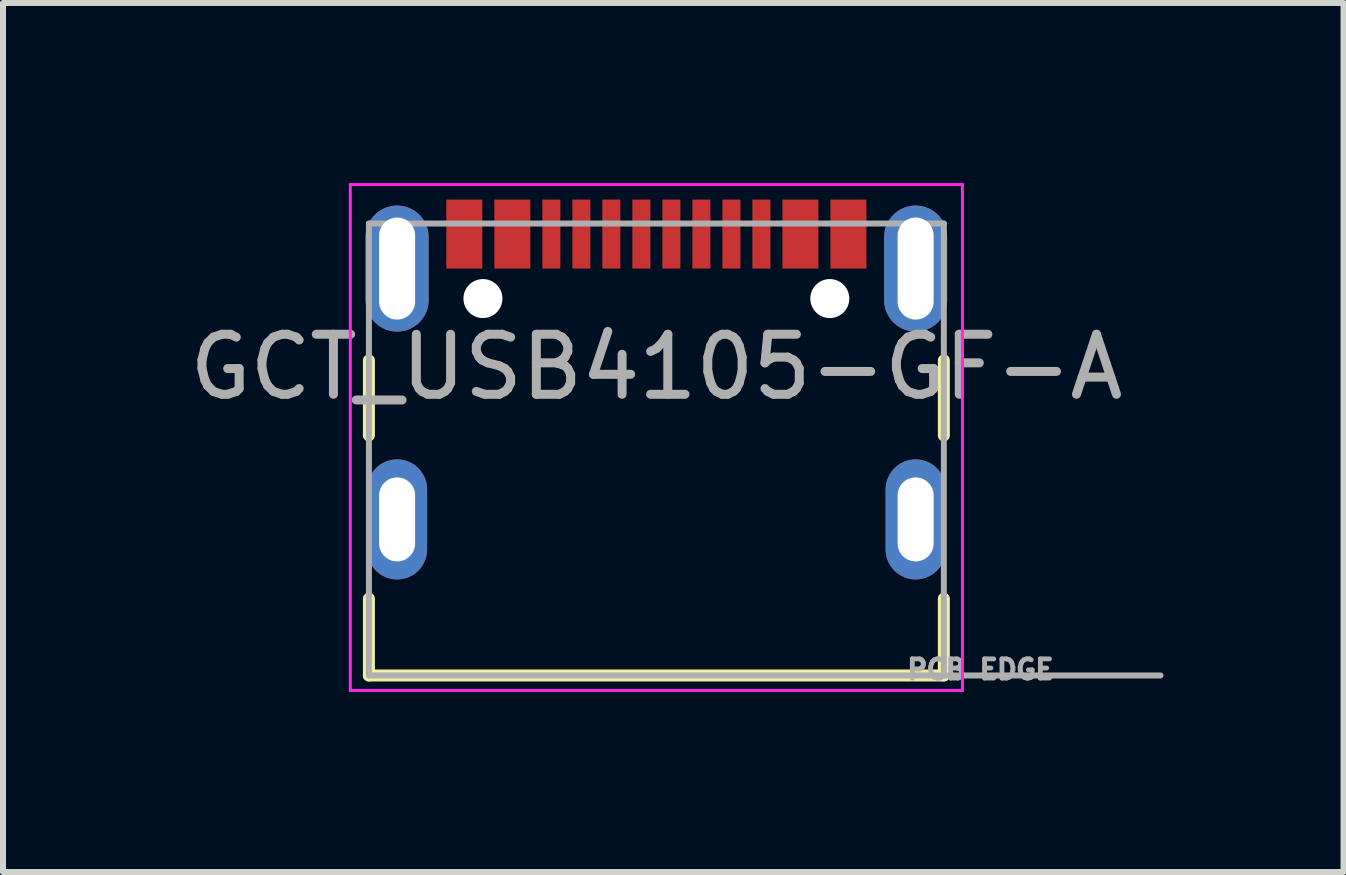
<source format=kicad_pcb>
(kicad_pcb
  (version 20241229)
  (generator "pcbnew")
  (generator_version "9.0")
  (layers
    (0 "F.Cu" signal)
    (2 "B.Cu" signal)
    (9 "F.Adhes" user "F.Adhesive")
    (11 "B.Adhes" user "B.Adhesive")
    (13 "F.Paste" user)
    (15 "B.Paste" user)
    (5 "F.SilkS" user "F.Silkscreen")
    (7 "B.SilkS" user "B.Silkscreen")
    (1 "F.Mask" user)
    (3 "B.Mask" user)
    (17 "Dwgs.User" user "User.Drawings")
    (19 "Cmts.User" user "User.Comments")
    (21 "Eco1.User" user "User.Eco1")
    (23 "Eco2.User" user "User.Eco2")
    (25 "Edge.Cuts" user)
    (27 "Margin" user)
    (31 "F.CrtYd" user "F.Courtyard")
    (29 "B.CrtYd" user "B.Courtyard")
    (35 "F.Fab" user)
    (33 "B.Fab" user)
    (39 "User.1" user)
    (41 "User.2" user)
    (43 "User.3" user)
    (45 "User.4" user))
  (footprint "GCT_USB4105-GF-A"
    (layer "F.Cu")
    (at 7.887 5.605)
    (property "Reference" "GCT_USB4105-GF-A" (at 0 -2.54 0) (layer "F.Fab") (effects (font (size 1 1) (thickness 0.15))))
    (attr smd)
    (fp_line (start -4.79 -2.65) (end -4.79 -1.4) (stroke (width 0.2) (type solid)) (layer "F.SilkS"))
    (fp_line (start -4.79 1.32) (end -4.79 2.6) (stroke (width 0.2) (type solid)) (layer "F.SilkS"))
    (fp_line (start -4.79 2.6) (end 4.79 2.6) (stroke (width 0.2) (type solid)) (layer "F.SilkS"))
    (fp_line (start 4.79 -2.65) (end 4.79 -1.4) (stroke (width 0.2) (type solid)) (layer "F.SilkS"))
    (fp_line (start 4.79 2.6) (end 4.79 1.32) (stroke (width 0.2) (type solid)) (layer "F.SilkS"))
    (fp_line (start -5.1 -5.58) (end -5.1 2.85) (stroke (width 0.05) (type solid)) (layer "F.CrtYd"))
    (fp_line (start -5.1 2.85) (end 5.1 2.85) (stroke (width 0.05) (type solid)) (layer "F.CrtYd"))
    (fp_line (start 5.1 -5.58) (end -5.1 -5.58) (stroke (width 0.05) (type solid)) (layer "F.CrtYd"))
    (fp_line (start 5.1 2.85) (end 5.1 -5.58) (stroke (width 0.05) (type solid)) (layer "F.CrtYd"))
    (fp_line (start -4.79 -4.93) (end 4.79 -4.93) (stroke (width 0.1) (type solid)) (layer "F.Fab"))
    (fp_line (start -4.79 2.6) (end -4.79 -4.93) (stroke (width 0.1) (type solid)) (layer "F.Fab"))
    (fp_line (start 4.79 -4.93) (end 4.79 2.6) (stroke (width 0.1) (type solid)) (layer "F.Fab"))
    (fp_line (start 4.79 2.6) (end -4.79 2.6) (stroke (width 0.1) (type solid)) (layer "F.Fab"))
    (fp_line (start 4.8 2.6) (end 8.4 2.6) (stroke (width 0.1) (type solid)) (layer "F.Fab"))
    (fp_text user "PCB EDGE" (at 5.4 2.5 0) (layer "F.Fab") (effects (font (size 0.32 0.32) (thickness 0.08))))
    (pad "" np_thru_hole circle (at -2.89 -3.68) (size 0.65 0.65) (drill 0.65) (layers "*.Cu" "*.Mask"))
    (pad "" np_thru_hole circle (at 2.89 -3.68) (size 0.65 0.65) (drill 0.65) (layers "*.Cu" "*.Mask"))
    (pad "A4" smd rect (at -2.4 -4.755) (size 0.6 1.15) (layers "F.Cu" "F.Mask" "F.Paste"))
    (pad "A5" smd rect (at -1.25 -4.755) (size 0.3 1.15) (layers "F.Cu" "F.Mask" "F.Paste"))
    (pad "A6" smd rect (at -0.25 -4.755) (size 0.3 1.15) (layers "F.Cu" "F.Mask" "F.Paste"))
    (pad "A7" smd rect (at 0.25 -4.755) (size 0.3 1.15) (layers "F.Cu" "F.Mask" "F.Paste"))
    (pad "A8" smd rect (at 1.25 -4.755) (size 0.3 1.15) (layers "F.Cu" "F.Mask" "F.Paste"))
    (pad "A12" smd rect (at 3.2 -4.755) (size 0.6 1.15) (layers "F.Cu" "F.Mask" "F.Paste"))
    (pad "B4" smd rect (at 2.4 -4.755) (size 0.6 1.15) (layers "F.Cu" "F.Mask" "F.Paste"))
    (pad "B5" smd rect (at 1.75 -4.755) (size 0.3 1.15) (layers "F.Cu" "F.Mask" "F.Paste"))
    (pad "B6" smd rect (at 0.75 -4.755) (size 0.3 1.15) (layers "F.Cu" "F.Mask" "F.Paste"))
    (pad "B7" smd rect (at -0.75 -4.755) (size 0.3 1.15) (layers "F.Cu" "F.Mask" "F.Paste"))
    (pad "B8" smd rect (at -1.75 -4.755) (size 0.3 1.15) (layers "F.Cu" "F.Mask" "F.Paste"))
    (pad "B12" smd rect (at -3.2 -4.755) (size 0.6 1.15) (layers "F.Cu" "F.Mask" "F.Paste"))
    (pad "S1" thru_hole oval (at -4.32 -4.18) (size 1.05 2.1) (drill oval 0.6 1.7) (layers "*.Cu" "*.Mask"))
    (pad "S2" thru_hole oval (at -4.32 0) (size 1 2) (drill oval 0.6 1.4) (layers "*.Cu" "*.Mask"))
    (pad "S3" thru_hole oval (at 4.32 0) (size 1 2) (drill oval 0.6 1.4) (layers "*.Cu" "*.Mask"))
    (pad "S4" thru_hole oval (at 4.32 -4.18) (size 1.05 2.1) (drill oval 0.6 1.7) (layers "*.Cu" "*.Mask")))
  (gr_rect
    (start -3 -3)
    (end 19.337 11.48)
    (stroke (width 0.1) (type default))
    (fill no)
    (layer "Edge.Cuts")))
</source>
